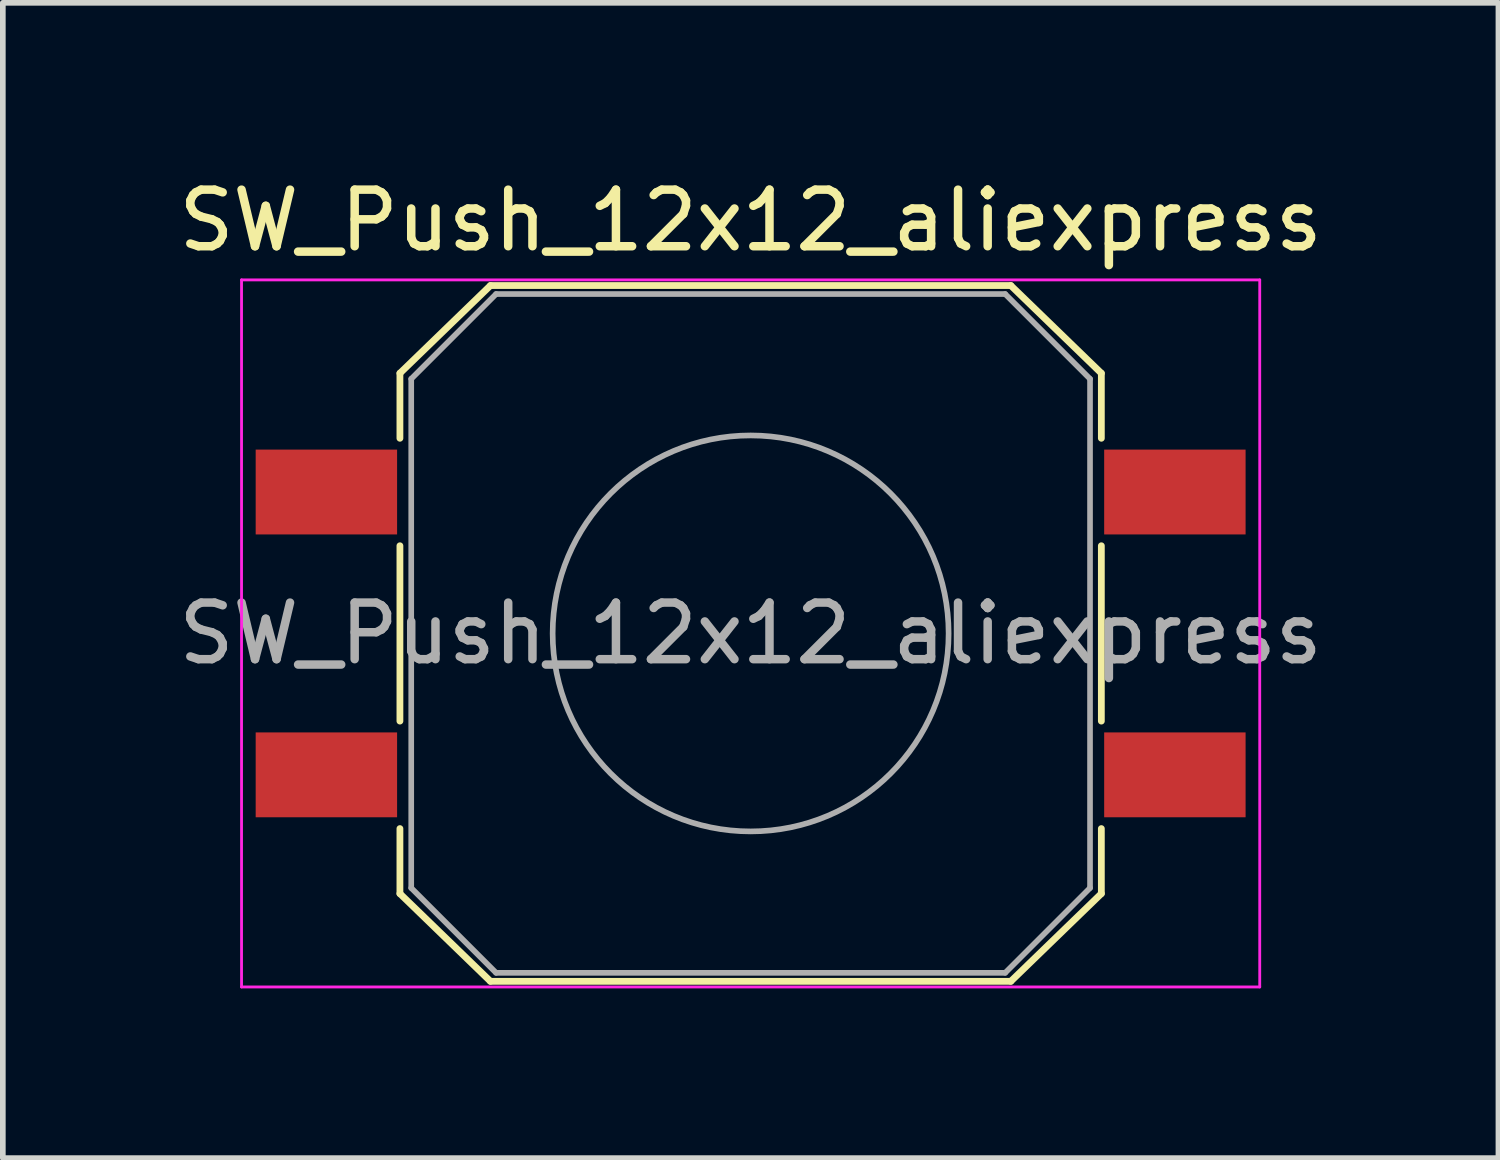
<source format=kicad_pcb>
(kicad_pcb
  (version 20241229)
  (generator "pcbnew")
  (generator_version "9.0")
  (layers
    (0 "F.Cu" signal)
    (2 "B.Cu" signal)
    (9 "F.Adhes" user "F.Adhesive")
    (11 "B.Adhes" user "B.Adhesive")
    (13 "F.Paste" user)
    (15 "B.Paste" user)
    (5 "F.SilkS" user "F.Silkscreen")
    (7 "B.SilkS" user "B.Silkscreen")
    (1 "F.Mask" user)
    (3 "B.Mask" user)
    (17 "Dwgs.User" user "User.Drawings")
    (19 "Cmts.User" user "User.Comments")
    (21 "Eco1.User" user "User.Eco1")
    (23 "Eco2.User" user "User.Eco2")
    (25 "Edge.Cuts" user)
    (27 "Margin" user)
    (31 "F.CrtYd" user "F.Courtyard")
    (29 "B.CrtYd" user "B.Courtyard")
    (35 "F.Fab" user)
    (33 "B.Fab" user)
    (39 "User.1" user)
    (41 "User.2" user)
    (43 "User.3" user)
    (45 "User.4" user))
  (footprint "SW_Push_12x12_aliexpress"
    (layer "F.Cu")
    (at 10.22 8.148)
    (property "Reference" "SW_Push_12x12_aliexpress" (at 0 -7.3 0) (layer "F.SilkS") (effects (font (size 1 1) (thickness 0.15))))
    (attr smd)
    (fp_line (start -6.2 -4.6) (end -4.6 -6.15) (stroke (width 0.12) (type solid)) (layer "F.SilkS"))
    (fp_line (start -6.2 -3.45) (end -6.2 -4.6) (stroke (width 0.12) (type solid)) (layer "F.SilkS"))
    (fp_line (start -6.2 -1.55) (end -6.2 1.55) (stroke (width 0.12) (type solid)) (layer "F.SilkS"))
    (fp_line (start -6.2 3.45) (end -6.2 4.6) (stroke (width 0.12) (type solid)) (layer "F.SilkS"))
    (fp_line (start -6.2 4.6) (end -4.6 6.15) (stroke (width 0.12) (type solid)) (layer "F.SilkS"))
    (fp_line (start -4.6 -6.15) (end 4.6 -6.15) (stroke (width 0.12) (type solid)) (layer "F.SilkS"))
    (fp_line (start -4.6 6.15) (end 4.6 6.15) (stroke (width 0.12) (type solid)) (layer "F.SilkS"))
    (fp_line (start 4.6 -6.15) (end 6.2 -4.6) (stroke (width 0.12) (type solid)) (layer "F.SilkS"))
    (fp_line (start 4.6 6.15) (end 6.2 4.6) (stroke (width 0.12) (type solid)) (layer "F.SilkS"))
    (fp_line (start 6.2 -3.45) (end 6.2 -4.6) (stroke (width 0.12) (type solid)) (layer "F.SilkS"))
    (fp_line (start 6.2 -1.55) (end 6.2 1.55) (stroke (width 0.12) (type solid)) (layer "F.SilkS"))
    (fp_line (start 6.2 3.45) (end 6.2 4.6) (stroke (width 0.12) (type solid)) (layer "F.SilkS"))
    (fp_line (start -9 -6.25) (end 9 -6.25) (stroke (width 0.05) (type solid)) (layer "F.CrtYd"))
    (fp_line (start -9 6.25) (end -9 -6.25) (stroke (width 0.05) (type solid)) (layer "F.CrtYd"))
    (fp_line (start 9 -6.25) (end 9 6.25) (stroke (width 0.05) (type solid)) (layer "F.CrtYd"))
    (fp_line (start 9 6.25) (end -9 6.25) (stroke (width 0.05) (type solid)) (layer "F.CrtYd"))
    (fp_line (start -6 -4.5) (end -6 4.5) (stroke (width 0.1) (type solid)) (layer "F.Fab"))
    (fp_line (start -6 -4.5) (end -4.5 -6) (stroke (width 0.1) (type solid)) (layer "F.Fab"))
    (fp_line (start -4.5 6) (end -6 4.5) (stroke (width 0.1) (type solid)) (layer "F.Fab"))
    (fp_line (start -4.5 6) (end 4.5 6) (stroke (width 0.1) (type solid)) (layer "F.Fab"))
    (fp_line (start 4.5 -6) (end -4.5 -6) (stroke (width 0.1) (type solid)) (layer "F.Fab"))
    (fp_line (start 4.5 -6) (end 6 -4.5) (stroke (width 0.1) (type solid)) (layer "F.Fab"))
    (fp_line (start 6 4.5) (end 4.5 6) (stroke (width 0.1) (type solid)) (layer "F.Fab"))
    (fp_line (start 6 4.5) (end 6 -4.5) (stroke (width 0.1) (type solid)) (layer "F.Fab"))
    (fp_circle (center 0 0) (end 3.5 0) (stroke (width 0.1) (type solid)) (fill no) (layer "F.Fab"))
    (fp_text user "${REFERENCE}" (at 0 0 0) (layer "F.Fab") (effects (font (size 1 1) (thickness 0.15))))
    (pad "1" smd rect (at -7.5 -2.5) (size 2.5 1.5) (layers "F.Cu" "F.Mask" "F.Paste"))
    (pad "2" smd rect (at 7.5 -2.5) (size 2.5 1.5) (layers "F.Cu" "F.Mask" "F.Paste"))
    (pad "3" smd rect (at -7.5 2.5) (size 2.5 1.5) (layers "F.Cu" "F.Mask" "F.Paste"))
    (pad "4" smd rect (at 7.5 2.5) (size 2.5 1.5) (layers "F.Cu" "F.Mask" "F.Paste")))
  (gr_rect
    (start -3 -3)
    (end 23.44 17.423)
    (stroke (width 0.1) (type default))
    (fill no)
    (layer "Edge.Cuts")))
</source>
